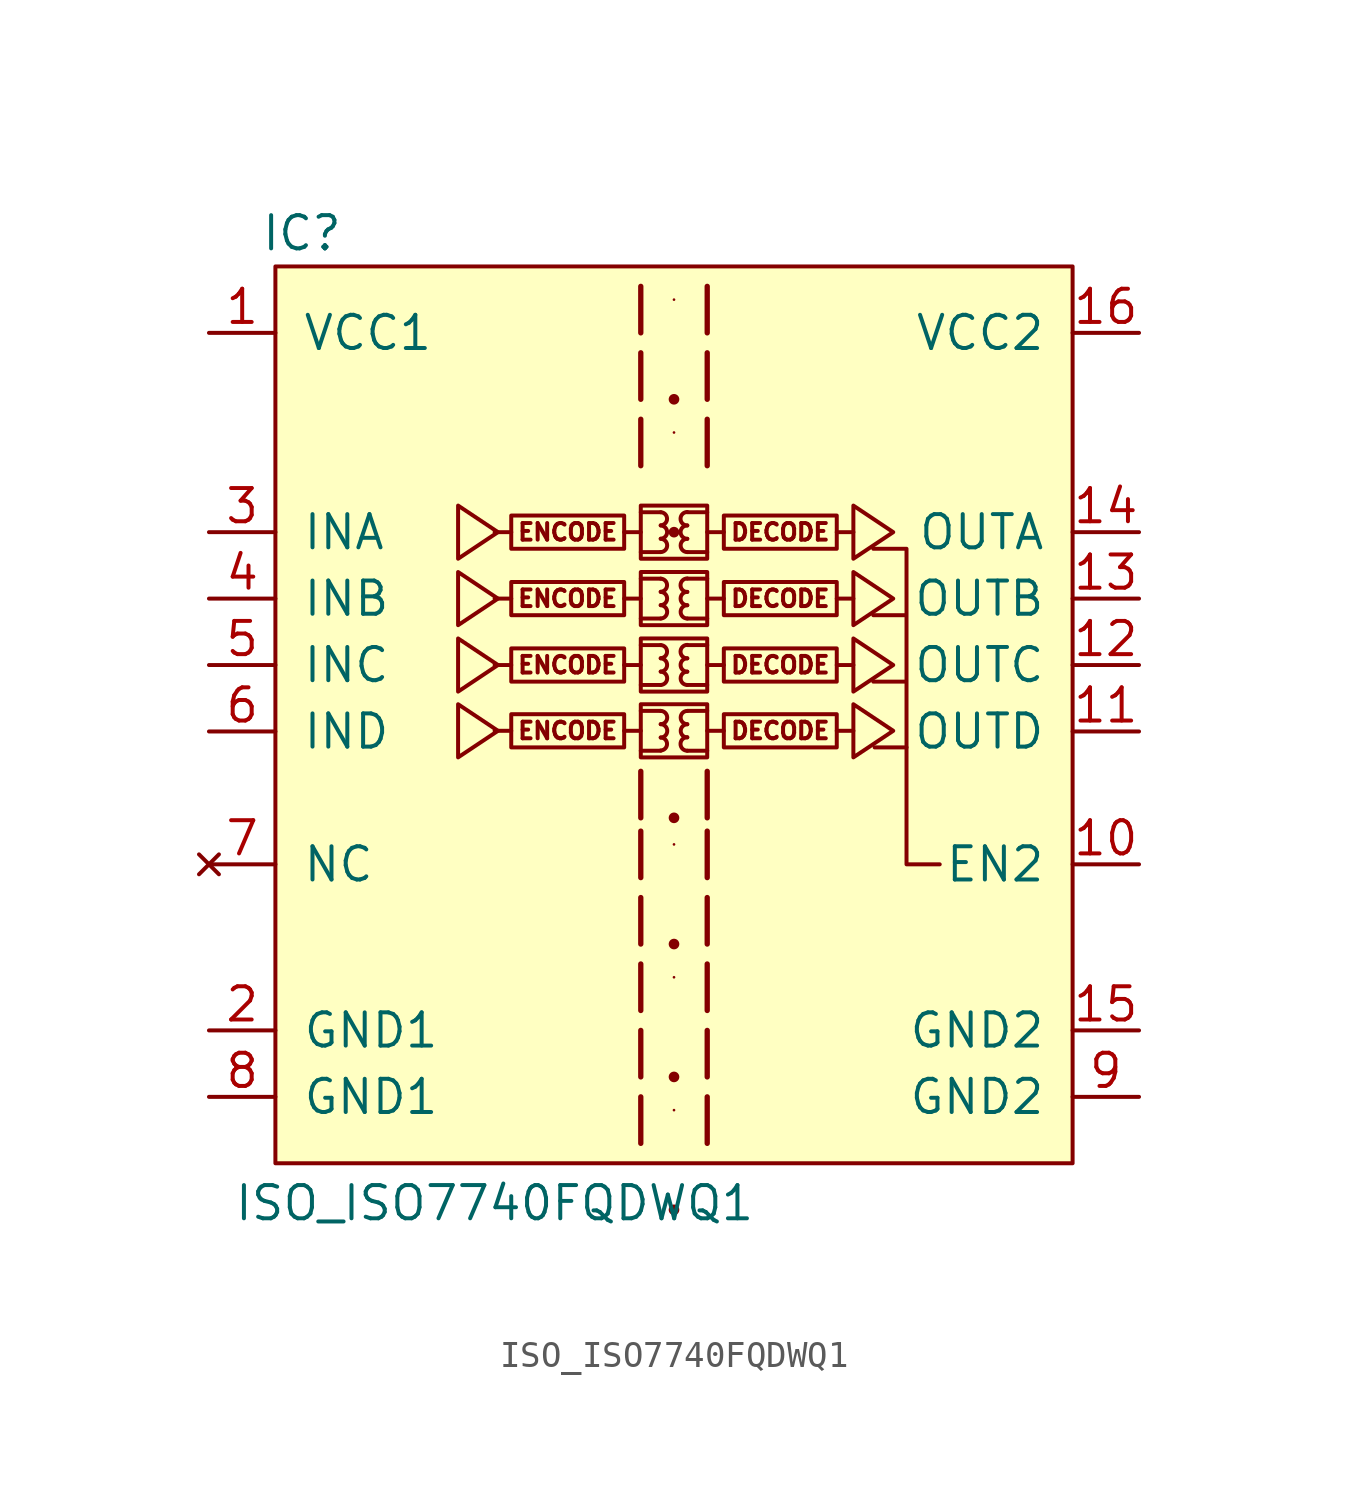
<source format=kicad_sym>
(kicad_symbol_lib
  (version 20220914)
  (generator kicad_symbol_editor)
  (symbol "ISO_ISO7740FQDWQ1"
    (pin_names
      (offset 1.016))
    (property "Reference" "IC"
      (at -14.224 15.24 0)
      (effects (font (size 1.27 1.27))))
    (property "Value" "ISO_ISO7740FQDWQ1"
      (at -6.858 -21.844 0)
      (effects (font (size 1.27 1.27))))
    (symbol "ISO_ISO7740FQDWQ1_0_1"
      (rectangle (start -15.24 13.97) (end 15.24 -20.32) (stroke (width 0) (type default)) (fill (type background)))
      (polyline (pts (xy 8.89 -4.42) (xy 7.671 -4.42)) (stroke (width 0.152) (type default)) (fill (type none)))
      (polyline (pts (xy 10.16 -8.89) (xy 8.89 -8.89) (xy 8.89 -1.905) (xy 7.62 -1.905) (xy 8.89 -1.905) (xy 8.89 0.635) (xy 7.62 0.635) (xy 8.89 0.635) (xy 8.89 3.175) (xy 7.62 3.175)) (stroke (width 0) (type default)) (fill (type none))))
    (symbol "ISO_ISO7740FQDWQ1_1_1"
      (rectangle (start -1.905 -3.15) (end -6.223 -4.42) (stroke (width 0) (type default)) (fill (type none)))
      (rectangle (start -1.905 -0.635) (end -6.223 -1.905) (stroke (width 0) (type default)) (fill (type none)))
      (rectangle (start -1.905 1.905) (end -6.223 0.635) (stroke (width 0) (type default)) (fill (type none)))
      (rectangle (start -1.905 4.445) (end -6.223 3.175) (stroke (width 0) (type default)) (fill (type none)))
      (rectangle (start -1.27 -2.769) (end 1.27 -4.801) (stroke (width 0) (type default)) (fill (type none)))
      (rectangle (start -1.27 -0.254) (end 1.27 -2.286) (stroke (width 0) (type default)) (fill (type none)))
      (rectangle (start -1.27 2.286) (end 1.27 0.254) (stroke (width 0) (type default)) (fill (type none)))
      (rectangle (start -1.27 4.826) (end 1.27 2.794) (stroke (width 0) (type default)) (fill (type none)))
      (arc (start -0.508 -4.5466) (mid -0.2551 -4.2926) (end -0.508 -4.0386) (stroke (width 0) (type default)) (fill (type none)))
      (arc (start -0.508 -4.0386) (mid -0.2551 -3.7846) (end -0.508 -3.5306) (stroke (width 0) (type default)) (fill (type none)))
      (arc (start -0.508 -3.5306) (mid -0.2551 -3.2766) (end -0.508 -3.0226) (stroke (width 0) (type default)) (fill (type none)))
      (arc (start -0.508 -2.032) (mid -0.2551 -1.778) (end -0.508 -1.524) (stroke (width 0) (type default)) (fill (type none)))
      (arc (start -0.508 -1.524) (mid -0.2551 -1.27) (end -0.508 -1.016) (stroke (width 0) (type default)) (fill (type none)))
      (arc (start -0.508 -1.016) (mid -0.2551 -0.762) (end -0.508 -0.508) (stroke (width 0) (type default)) (fill (type none)))
      (arc (start -0.508 0.508) (mid -0.2551 0.762) (end -0.508 1.016) (stroke (width 0) (type default)) (fill (type none)))
      (arc (start -0.508 1.016) (mid -0.2551 1.27) (end -0.508 1.524) (stroke (width 0) (type default)) (fill (type none)))
      (arc (start -0.508 1.524) (mid -0.2551 1.778) (end -0.508 2.032) (stroke (width 0) (type default)) (fill (type none)))
      (arc (start -0.508 3.048) (mid -0.2551 3.302) (end -0.508 3.556) (stroke (width 0) (type default)) (fill (type none)))
      (arc (start -0.508 3.556) (mid -0.2551 3.81) (end -0.508 4.064) (stroke (width 0) (type default)) (fill (type none)))
      (arc (start -0.508 4.064) (mid -0.2551 4.318) (end -0.508 4.572) (stroke (width 0) (type default)) (fill (type none)))
      (polyline (pts (xy -6.223 -3.785) (xy -6.858 -3.785)) (stroke (width 0) (type default)) (fill (type none)))
      (polyline (pts (xy -6.223 -1.27) (xy -6.858 -1.27)) (stroke (width 0) (type default)) (fill (type none)))
      (polyline (pts (xy -6.223 1.27) (xy -6.858 1.27)) (stroke (width 0) (type default)) (fill (type none)))
      (polyline (pts (xy -6.223 3.81) (xy -6.858 3.81)) (stroke (width 0) (type default)) (fill (type none)))
      (polyline (pts (xy -1.905 -3.785) (xy -1.27 -3.785)) (stroke (width 0) (type default)) (fill (type none)))
      (polyline (pts (xy -1.905 -1.27) (xy -1.27 -1.27)) (stroke (width 0) (type default)) (fill (type none)))
      (polyline (pts (xy -1.905 1.27) (xy -1.27 1.27)) (stroke (width 0) (type default)) (fill (type none)))
      (polyline (pts (xy -1.905 3.81) (xy -1.27 3.81)) (stroke (width 0) (type default)) (fill (type none)))
      (polyline (pts (xy -1.27 -4.547) (xy -0.508 -4.547)) (stroke (width 0) (type default)) (fill (type none)))
      (polyline (pts (xy -1.27 -3.023) (xy -0.508 -3.023)) (stroke (width 0) (type default)) (fill (type none)))
      (polyline (pts (xy -1.27 -2.032) (xy -0.508 -2.032)) (stroke (width 0) (type default)) (fill (type none)))
      (polyline (pts (xy -1.27 -0.508) (xy -0.508 -0.508)) (stroke (width 0) (type default)) (fill (type none)))
      (polyline (pts (xy -1.27 0.508) (xy -0.508 0.508)) (stroke (width 0) (type default)) (fill (type none)))
      (polyline (pts (xy -1.27 2.032) (xy -0.508 2.032)) (stroke (width 0) (type default)) (fill (type none)))
      (polyline (pts (xy -1.27 3.048) (xy -0.508 3.048)) (stroke (width 0) (type default)) (fill (type none)))
      (polyline (pts (xy -1.27 4.572) (xy -0.508 4.572)) (stroke (width 0) (type default)) (fill (type none)))
      (polyline (pts (xy 0 -22.098) (xy 0 -22.098)) (stroke (width 0.406) (type default)) (fill (type none)))
      (polyline (pts (xy 0 -18.288) (xy 0 -18.288)) (stroke (width 0.102) (type default)) (fill (type none)))
      (polyline (pts (xy 0 -17.018) (xy 0 -17.018)) (stroke (width 0.406) (type default)) (fill (type none)))
      (polyline (pts (xy 0 -13.208) (xy 0 -13.208)) (stroke (width 0.102) (type default)) (fill (type none)))
      (polyline (pts (xy 0 -11.938) (xy 0 -11.938)) (stroke (width 0.406) (type default)) (fill (type none)))
      (polyline (pts (xy 0 -8.128) (xy 0 -8.128)) (stroke (width 0.102) (type default)) (fill (type none)))
      (polyline (pts (xy 0 -7.112) (xy 0 -7.112)) (stroke (width 0.406) (type default)) (fill (type none)))
      (polyline (pts (xy 0 3.81) (xy 0 3.81)) (stroke (width 0.406) (type default)) (fill (type none)))
      (polyline (pts (xy 0 7.62) (xy 0 7.62)) (stroke (width 0.102) (type default)) (fill (type none)))
      (polyline (pts (xy 0 8.89) (xy 0 8.89)) (stroke (width 0.406) (type default)) (fill (type none)))
      (polyline (pts (xy 0 12.7) (xy 0 12.7)) (stroke (width 0.102) (type default)) (fill (type none)))
      (polyline (pts (xy 1.27 -4.547) (xy 0.508 -4.547)) (stroke (width 0) (type default)) (fill (type none)))
      (polyline (pts (xy 1.27 -3.023) (xy 0.508 -3.023)) (stroke (width 0) (type default)) (fill (type none)))
      (polyline (pts (xy 1.27 -2.032) (xy 0.508 -2.032)) (stroke (width 0) (type default)) (fill (type none)))
      (polyline (pts (xy 1.27 -0.508) (xy 0.508 -0.508)) (stroke (width 0) (type default)) (fill (type none)))
      (polyline (pts (xy 1.27 0.508) (xy 0.508 0.508)) (stroke (width 0) (type default)) (fill (type none)))
      (polyline (pts (xy 1.27 2.032) (xy 0.508 2.032)) (stroke (width 0) (type default)) (fill (type none)))
      (polyline (pts (xy 1.27 3.048) (xy 0.508 3.048)) (stroke (width 0) (type default)) (fill (type none)))
      (polyline (pts (xy 1.27 4.572) (xy 0.508 4.572)) (stroke (width 0) (type default)) (fill (type none)))
      (polyline (pts (xy 1.905 -3.785) (xy 1.27 -3.785)) (stroke (width 0) (type default)) (fill (type none)))
      (polyline (pts (xy 1.905 -1.27) (xy 1.27 -1.27)) (stroke (width 0) (type default)) (fill (type none)))
      (polyline (pts (xy 1.905 1.27) (xy 1.27 1.27)) (stroke (width 0) (type default)) (fill (type none)))
      (polyline (pts (xy 1.905 3.81) (xy 1.27 3.81)) (stroke (width 0) (type default)) (fill (type none)))
      (polyline (pts (xy 6.223 -3.785) (xy 6.858 -3.785)) (stroke (width 0) (type default)) (fill (type none)))
      (polyline (pts (xy 6.223 -1.27) (xy 6.858 -1.27)) (stroke (width 0) (type default)) (fill (type none)))
      (polyline (pts (xy 6.223 1.27) (xy 6.858 1.27)) (stroke (width 0) (type default)) (fill (type none)))
      (polyline (pts (xy 6.223 3.81) (xy 6.858 3.81)) (stroke (width 0) (type default)) (fill (type none)))
      (polyline (pts (xy -1.27 -17.78) (xy -1.27 -19.304) (xy -1.27 -19.558)) (stroke (width 0.203) (type default)) (fill (type none)))
      (polyline (pts (xy -1.27 -15.24) (xy -1.27 -16.764) (xy -1.27 -17.018)) (stroke (width 0.203) (type default)) (fill (type none)))
      (polyline (pts (xy -1.27 -12.7) (xy -1.27 -14.224) (xy -1.27 -14.478)) (stroke (width 0.203) (type default)) (fill (type none)))
      (polyline (pts (xy -1.27 -10.16) (xy -1.27 -11.684) (xy -1.27 -11.938)) (stroke (width 0.203) (type default)) (fill (type none)))
      (polyline (pts (xy -1.27 -7.62) (xy -1.27 -9.144) (xy -1.27 -9.398)) (stroke (width 0.203) (type default)) (fill (type none)))
      (polyline (pts (xy -1.27 -5.334) (xy -1.27 -6.858) (xy -1.27 -7.112)) (stroke (width 0.203) (type default)) (fill (type none)))
      (polyline (pts (xy -1.27 8.128) (xy -1.27 6.604) (xy -1.27 6.35)) (stroke (width 0.203) (type default)) (fill (type none)))
      (polyline (pts (xy -1.27 10.668) (xy -1.27 9.144) (xy -1.27 8.89)) (stroke (width 0.203) (type default)) (fill (type none)))
      (polyline (pts (xy -1.27 13.208) (xy -1.27 11.684) (xy -1.27 11.43)) (stroke (width 0.203) (type default)) (fill (type none)))
      (polyline (pts (xy 1.27 -17.78) (xy 1.27 -19.304) (xy 1.27 -19.558)) (stroke (width 0.203) (type default)) (fill (type none)))
      (polyline (pts (xy 1.27 -15.24) (xy 1.27 -16.764) (xy 1.27 -17.018)) (stroke (width 0.203) (type default)) (fill (type none)))
      (polyline (pts (xy 1.27 -12.7) (xy 1.27 -14.224) (xy 1.27 -14.478)) (stroke (width 0.203) (type default)) (fill (type none)))
      (polyline (pts (xy 1.27 -10.16) (xy 1.27 -11.684) (xy 1.27 -11.938)) (stroke (width 0.203) (type default)) (fill (type none)))
      (polyline (pts (xy 1.27 -7.62) (xy 1.27 -9.144) (xy 1.27 -9.398)) (stroke (width 0.203) (type default)) (fill (type none)))
      (polyline (pts (xy 1.27 -5.334) (xy 1.27 -6.858) (xy 1.27 -7.112)) (stroke (width 0.203) (type default)) (fill (type none)))
      (polyline (pts (xy 1.27 8.128) (xy 1.27 6.604) (xy 1.27 6.35)) (stroke (width 0.203) (type default)) (fill (type none)))
      (polyline (pts (xy 1.27 10.668) (xy 1.27 9.144) (xy 1.27 8.89)) (stroke (width 0.203) (type default)) (fill (type none)))
      (polyline (pts (xy 1.27 13.208) (xy 1.27 11.684) (xy 1.27 11.43)) (stroke (width 0.203) (type default)) (fill (type none)))
      (polyline (pts (xy -6.731 -3.785) (xy -8.255 -2.769) (xy -8.255 -4.801) (xy -6.731 -3.785)) (stroke (width 0) (type default)) (fill (type none)))
      (polyline (pts (xy -6.731 -1.27) (xy -8.255 -0.254) (xy -8.255 -2.286) (xy -6.731 -1.27)) (stroke (width 0) (type default)) (fill (type none)))
      (polyline (pts (xy -6.731 1.27) (xy -8.255 2.286) (xy -8.255 0.254) (xy -6.731 1.27)) (stroke (width 0) (type default)) (fill (type none)))
      (polyline (pts (xy -6.731 3.81) (xy -8.255 4.826) (xy -8.255 2.794) (xy -6.731 3.81)) (stroke (width 0) (type default)) (fill (type none)))
      (polyline (pts (xy 8.382 -3.785) (xy 6.858 -2.769) (xy 6.858 -4.801) (xy 8.382 -3.785)) (stroke (width 0) (type default)) (fill (type none)))
      (polyline (pts (xy 8.382 -1.27) (xy 6.858 -0.254) (xy 6.858 -2.286) (xy 8.382 -1.27)) (stroke (width 0) (type default)) (fill (type none)))
      (polyline (pts (xy 8.382 1.27) (xy 6.858 2.286) (xy 6.858 0.254) (xy 8.382 1.27)) (stroke (width 0) (type default)) (fill (type none)))
      (polyline (pts (xy 8.382 3.81) (xy 6.858 4.826) (xy 6.858 2.794) (xy 8.382 3.81)) (stroke (width 0) (type default)) (fill (type none)))
      (arc (start 0.508 -4.0386) (mid 0.2551 -4.2926) (end 0.508 -4.5466) (stroke (width 0) (type default)) (fill (type none)))
      (arc (start 0.508 -3.5306) (mid 0.2551 -3.7846) (end 0.508 -4.0386) (stroke (width 0) (type default)) (fill (type none)))
      (arc (start 0.508 -3.0226) (mid 0.2551 -3.2766) (end 0.508 -3.5306) (stroke (width 0) (type default)) (fill (type none)))
      (arc (start 0.508 -1.524) (mid 0.2551 -1.778) (end 0.508 -2.032) (stroke (width 0) (type default)) (fill (type none)))
      (arc (start 0.508 -1.016) (mid 0.2551 -1.27) (end 0.508 -1.524) (stroke (width 0) (type default)) (fill (type none)))
      (arc (start 0.508 -0.508) (mid 0.2551 -0.762) (end 0.508 -1.016) (stroke (width 0) (type default)) (fill (type none)))
      (arc (start 0.508 1.016) (mid 0.2551 0.762) (end 0.508 0.508) (stroke (width 0) (type default)) (fill (type none)))
      (arc (start 0.508 1.524) (mid 0.2551 1.27) (end 0.508 1.016) (stroke (width 0) (type default)) (fill (type none)))
      (arc (start 0.508 2.032) (mid 0.2551 1.778) (end 0.508 1.524) (stroke (width 0) (type default)) (fill (type none)))
      (arc (start 0.508 3.556) (mid 0.2551 3.302) (end 0.508 3.048) (stroke (width 0) (type default)) (fill (type none)))
      (arc (start 0.508 4.064) (mid 0.2551 3.81) (end 0.508 3.556) (stroke (width 0) (type default)) (fill (type none)))
      (arc (start 0.508 4.572) (mid 0.2551 4.318) (end 0.508 4.064) (stroke (width 0) (type default)) (fill (type none)))
      (rectangle (start 1.905 -3.15) (end 6.223 -4.42) (stroke (width 0) (type default)) (fill (type none)))
      (rectangle (start 1.905 -0.635) (end 6.223 -1.905) (stroke (width 0) (type default)) (fill (type none)))
      (rectangle (start 1.905 1.905) (end 6.223 0.635) (stroke (width 0) (type default)) (fill (type none)))
      (rectangle (start 1.905 4.445) (end 6.223 3.175) (stroke (width 0) (type default)) (fill (type none)))
      (text "DECODE" (at 4.064 -3.785 0) (effects (font (size 0.635 0.635))))
      (text "DECODE" (at 4.064 -1.27 0) (effects (font (size 0.635 0.635))))
      (text "DECODE" (at 4.064 1.27 0) (effects (font (size 0.635 0.635))))
      (text "DECODE" (at 4.064 3.81 0) (effects (font (size 0.635 0.635))))
      (text "ENCODE" (at -4.064 -3.785 0) (effects (font (size 0.635 0.635))))
      (text "ENCODE" (at -4.064 -1.27 0) (effects (font (size 0.635 0.635))))
      (text "ENCODE" (at -4.064 1.27 0) (effects (font (size 0.635 0.635))))
      (text "ENCODE" (at -4.064 3.81 0) (effects (font (size 0.635 0.635))))
      (pin power_in line (at -17.78 11.43 0) (length 2.54) (name "VCC1" (effects (font (size 1.27 1.27)))) (number "1" (effects (font (size 1.27 1.27)))))
      (pin passive line (at 17.78 -8.89 180) (length 2.54) (name "EN2" (effects (font (size 1.27 1.27)))) (number "10" (effects (font (size 1.27 1.27)))))
      (pin output line (at 17.78 -3.81 180) (length 2.54) (name "OUTD" (effects (font (size 1.27 1.27)))) (number "11" (effects (font (size 1.27 1.27)))))
      (pin output line (at 17.78 -1.27 180) (length 2.54) (name "OUTC" (effects (font (size 1.27 1.27)))) (number "12" (effects (font (size 1.27 1.27)))))
      (pin output line (at 17.78 1.27 180) (length 2.54) (name "OUTB" (effects (font (size 1.27 1.27)))) (number "13" (effects (font (size 1.27 1.27)))))
      (pin output line (at 17.78 3.81 180) (length 2.54) (name "OUTA" (effects (font (size 1.27 1.27)))) (number "14" (effects (font (size 1.27 1.27)))))
      (pin power_in line (at 17.78 -15.24 180) (length 2.54) (name "GND2" (effects (font (size 1.27 1.27)))) (number "15" (effects (font (size 1.27 1.27)))))
      (pin power_in line (at 17.78 11.43 180) (length 2.54) (name "VCC2" (effects (font (size 1.27 1.27)))) (number "16" (effects (font (size 1.27 1.27)))))
      (pin power_in line (at -17.78 -15.24 0) (length 2.54) (name "GND1" (effects (font (size 1.27 1.27)))) (number "2" (effects (font (size 1.27 1.27)))))
      (pin input line (at -17.78 3.81 0) (length 2.54) (name "INA" (effects (font (size 1.27 1.27)))) (number "3" (effects (font (size 1.27 1.27)))))
      (pin input line (at -17.78 1.27 0) (length 2.54) (name "INB" (effects (font (size 1.27 1.27)))) (number "4" (effects (font (size 1.27 1.27)))))
      (pin input line (at -17.78 -1.27 0) (length 2.54) (name "INC" (effects (font (size 1.27 1.27)))) (number "5" (effects (font (size 1.27 1.27)))))
      (pin input line (at -17.78 -3.81 0) (length 2.54) (name "IND" (effects (font (size 1.27 1.27)))) (number "6" (effects (font (size 1.27 1.27)))))
      (pin no_connect line (at -17.78 -8.89 0) (length 2.54) (name "NC" (effects (font (size 1.27 1.27)))) (number "7" (effects (font (size 1.27 1.27)))))
      (pin power_in line (at -17.78 -17.78 0) (length 2.54) (name "GND1" (effects (font (size 1.27 1.27)))) (number "8" (effects (font (size 1.27 1.27)))))
      (pin power_in line (at 17.78 -17.78 180) (length 2.54) (name "GND2" (effects (font (size 1.27 1.27)))) (number "9" (effects (font (size 1.27 1.27))))))))
</source>
